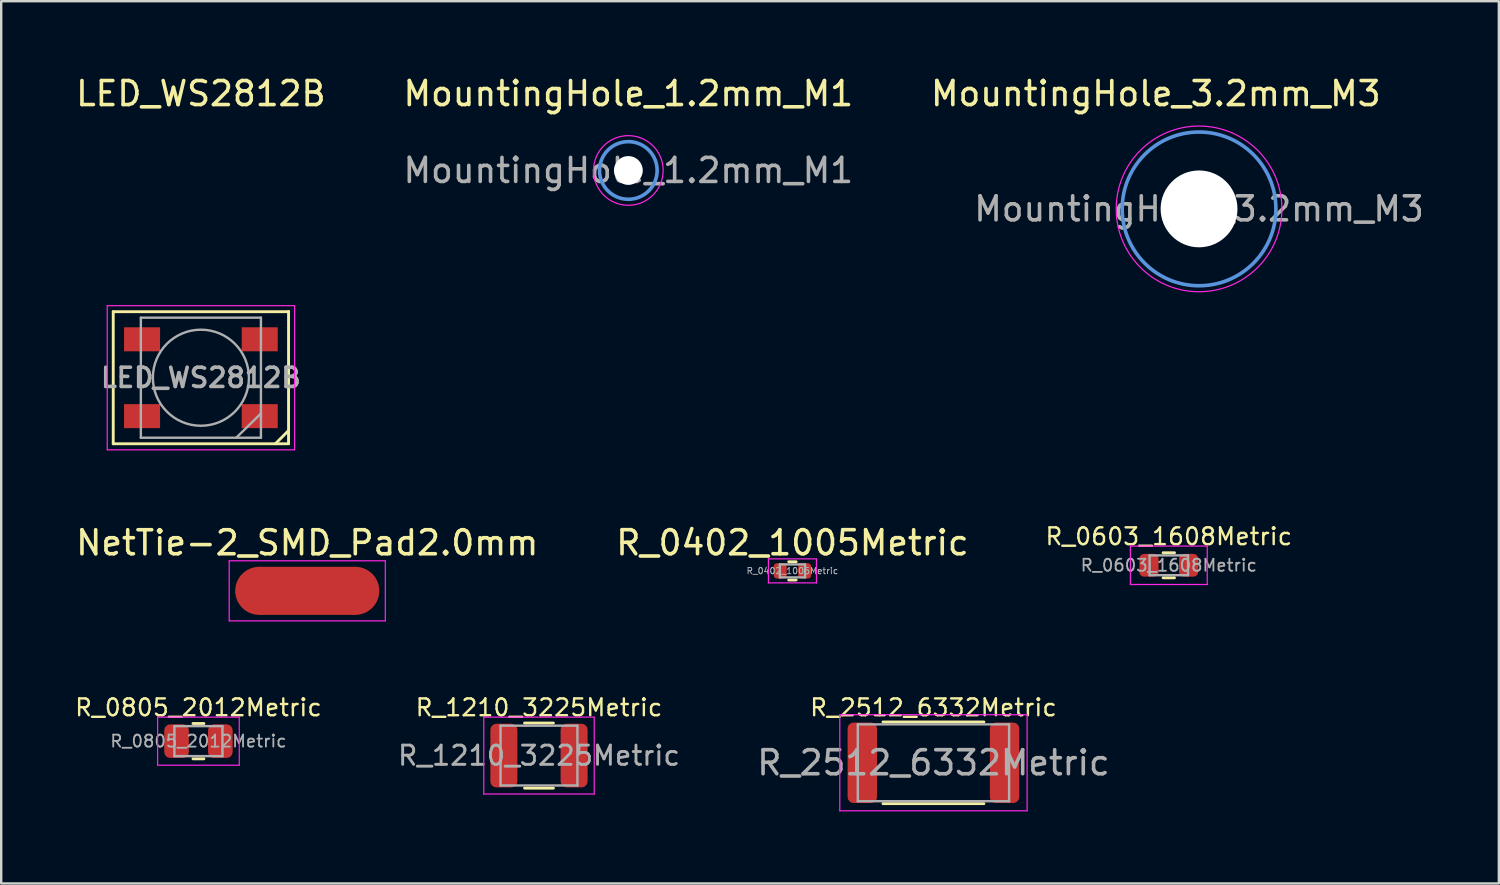
<source format=kicad_pcb>
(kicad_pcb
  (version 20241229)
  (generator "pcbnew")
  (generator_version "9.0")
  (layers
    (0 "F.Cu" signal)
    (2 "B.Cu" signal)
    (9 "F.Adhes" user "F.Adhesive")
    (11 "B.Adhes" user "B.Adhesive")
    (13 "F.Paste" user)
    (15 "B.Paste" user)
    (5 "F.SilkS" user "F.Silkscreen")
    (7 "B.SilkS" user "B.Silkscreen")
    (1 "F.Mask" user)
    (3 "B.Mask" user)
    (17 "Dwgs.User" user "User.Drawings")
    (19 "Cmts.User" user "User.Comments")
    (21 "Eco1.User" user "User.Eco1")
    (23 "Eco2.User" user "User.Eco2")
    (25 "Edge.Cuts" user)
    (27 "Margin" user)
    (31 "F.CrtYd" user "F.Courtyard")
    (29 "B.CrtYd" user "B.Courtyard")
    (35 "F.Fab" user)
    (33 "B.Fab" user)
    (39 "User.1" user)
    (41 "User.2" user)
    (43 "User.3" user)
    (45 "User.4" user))
  (footprint "MountingHole_1.2mm_M1"
    (layer "F.Cu")
    (at 23.113 4.048)
    (property "Reference" "MountingHole_1.2mm_M1" (at 0 -3.2 0) (layer "F.SilkS") (effects (font (size 1 1) (thickness 0.15))))
    (attr exclude_from_pos_files exclude_from_bom)
    (fp_circle (center 0 0) (end 1.2 0) (stroke (width 0.15) (type solid)) (fill no) (layer "Cmts.User"))
    (fp_circle (center 0 0) (end 1.45 0) (stroke (width 0.05) (type solid)) (fill no) (layer "F.CrtYd"))
    (fp_text user "${REFERENCE}" (at 0 0 0) (layer "F.Fab") (effects (font (size 1 1) (thickness 0.15))))
    (pad "" np_thru_hole circle (at 0 0) (size 1.2 1.2) (drill 1.2) (layers "*.Cu" "*.Mask")))
  (footprint "R_2512_6332Metric"
    (layer "F.Cu")
    (at 35.818 28.712)
    (property "Reference" "R_2512_6332Metric" (at 0 -2.3 0) (layer "F.SilkS") (effects (font (size 0.7 0.7) (thickness 0.1))))
    (attr smd)
    (fp_line (start -2.1 -1.7) (end 2.1 -1.7) (stroke (width 0.12) (type solid)) (layer "F.SilkS"))
    (fp_line (start -2.1 1.7) (end 2.1 1.7) (stroke (width 0.12) (type solid)) (layer "F.SilkS"))
    (fp_line (start -3.9 -2) (end 3.9 -2) (stroke (width 0.05) (type solid)) (layer "F.CrtYd"))
    (fp_line (start -3.9 2) (end -3.9 -2) (stroke (width 0.05) (type solid)) (layer "F.CrtYd"))
    (fp_line (start 3.9 -2) (end 3.9 2) (stroke (width 0.05) (type solid)) (layer "F.CrtYd"))
    (fp_line (start 3.9 2) (end -3.9 2) (stroke (width 0.05) (type solid)) (layer "F.CrtYd"))
    (fp_line (start -3.15 -1.6) (end 3.15 -1.6) (stroke (width 0.1) (type solid)) (layer "F.Fab"))
    (fp_line (start -3.15 1.6) (end -3.15 -1.6) (stroke (width 0.1) (type solid)) (layer "F.Fab"))
    (fp_line (start 3.15 -1.6) (end 3.15 1.6) (stroke (width 0.1) (type solid)) (layer "F.Fab"))
    (fp_line (start 3.15 1.6) (end -3.15 1.6) (stroke (width 0.1) (type solid)) (layer "F.Fab"))
    (fp_text user "${REFERENCE}" (at 0 0 0) (layer "F.Fab") (effects (font (size 1 1) (thickness 0.15))))
    (pad "1" smd roundrect (at -2.962 0) (size 1.225 3.35) (layers "F.Cu" "F.Mask" "F.Paste") (roundrect_rratio 0.204))
    (pad "2" smd roundrect (at 2.962 0) (size 1.225 3.35) (layers "F.Cu" "F.Mask" "F.Paste") (roundrect_rratio 0.204)))
  (footprint "R_0805_2012Metric"
    (layer "F.Cu")
    (at 5.213 27.811)
    (property "Reference" "R_0805_2012Metric" (at 0 -1.4 0) (layer "F.SilkS") (effects (font (size 0.7 0.7) (thickness 0.1))))
    (attr smd)
    (fp_line (start -0.227 -0.735) (end 0.227 -0.735) (stroke (width 0.12) (type solid)) (layer "F.SilkS"))
    (fp_line (start -0.227 0.735) (end 0.227 0.735) (stroke (width 0.12) (type solid)) (layer "F.SilkS"))
    (fp_line (start -1.7 -1) (end 1.7 -1) (stroke (width 0.05) (type solid)) (layer "F.CrtYd"))
    (fp_line (start -1.7 1) (end -1.7 -1) (stroke (width 0.05) (type solid)) (layer "F.CrtYd"))
    (fp_line (start 1.7 -1) (end 1.7 1) (stroke (width 0.05) (type solid)) (layer "F.CrtYd"))
    (fp_line (start 1.7 1) (end -1.7 1) (stroke (width 0.05) (type solid)) (layer "F.CrtYd"))
    (fp_line (start -1 -0.625) (end 1 -0.625) (stroke (width 0.1) (type solid)) (layer "F.Fab"))
    (fp_line (start -1 0.625) (end -1 -0.625) (stroke (width 0.1) (type solid)) (layer "F.Fab"))
    (fp_line (start 1 -0.625) (end 1 0.625) (stroke (width 0.1) (type solid)) (layer "F.Fab"))
    (fp_line (start 1 0.625) (end -1 0.625) (stroke (width 0.1) (type solid)) (layer "F.Fab"))
    (fp_text user "${REFERENCE}" (at 0 0 0) (layer "F.Fab") (effects (font (size 0.5 0.5) (thickness 0.075))))
    (pad "1" smd roundrect (at -0.912 0) (size 1.025 1.4) (layers "F.Cu" "F.Mask" "F.Paste") (roundrect_rratio 0.244))
    (pad "2" smd roundrect (at 0.912 0) (size 1.025 1.4) (layers "F.Cu" "F.Mask" "F.Paste") (roundrect_rratio 0.244)))
  (footprint "R_0603_1608Metric"
    (layer "F.Cu")
    (at 45.618 20.488)
    (property "Reference" "R_0603_1608Metric" (at 0 -1.2 0) (layer "F.SilkS") (effects (font (size 0.7 0.7) (thickness 0.1))))
    (attr smd)
    (fp_line (start -0.237 -0.522) (end 0.237 -0.522) (stroke (width 0.12) (type solid)) (layer "F.SilkS"))
    (fp_line (start -0.237 0.522) (end 0.237 0.522) (stroke (width 0.12) (type solid)) (layer "F.SilkS"))
    (fp_line (start -1.6 -0.8) (end 1.6 -0.8) (stroke (width 0.05) (type solid)) (layer "F.CrtYd"))
    (fp_line (start -1.6 0.8) (end -1.6 -0.8) (stroke (width 0.05) (type solid)) (layer "F.CrtYd"))
    (fp_line (start 1.6 -0.8) (end 1.6 0.8) (stroke (width 0.05) (type solid)) (layer "F.CrtYd"))
    (fp_line (start 1.6 0.8) (end -1.6 0.8) (stroke (width 0.05) (type solid)) (layer "F.CrtYd"))
    (fp_line (start -0.8 -0.412) (end 0.8 -0.412) (stroke (width 0.1) (type solid)) (layer "F.Fab"))
    (fp_line (start -0.8 0.412) (end -0.8 -0.412) (stroke (width 0.1) (type solid)) (layer "F.Fab"))
    (fp_line (start 0.8 -0.412) (end 0.8 0.412) (stroke (width 0.1) (type solid)) (layer "F.Fab"))
    (fp_line (start 0.8 0.412) (end -0.8 0.412) (stroke (width 0.1) (type solid)) (layer "F.Fab"))
    (fp_text user "${REFERENCE}" (at 0 0 0) (layer "F.Fab") (effects (font (size 0.5 0.5) (thickness 0.075))))
    (pad "1" smd roundrect (at -0.825 0) (size 0.8 0.95) (layers "F.Cu" "F.Mask" "F.Paste") (roundrect_rratio 0.25))
    (pad "2" smd roundrect (at 0.825 0) (size 0.8 0.95) (layers "F.Cu" "F.Mask" "F.Paste") (roundrect_rratio 0.25)))
  (footprint "MountingHole_3.2mm_M3"
    (layer "F.Cu")
    (at 46.877 5.648)
    (property "Reference" "MountingHole_3.2mm_M3" (at -1.8 -4.8 0) (layer "F.SilkS") (effects (font (size 1 1) (thickness 0.15))))
    (attr exclude_from_pos_files exclude_from_bom)
    (fp_circle (center 0 0) (end 3.2 0) (stroke (width 0.15) (type solid)) (fill no) (layer "Cmts.User"))
    (fp_circle (center 0 0) (end 3.45 0) (stroke (width 0.05) (type solid)) (fill no) (layer "F.CrtYd"))
    (fp_text user "${REFERENCE}" (at 0 0 0) (layer "F.Fab") (effects (font (size 1 1) (thickness 0.15))))
    (pad "" np_thru_hole circle (at 0 0) (size 3.2 3.2) (drill 3.2) (layers "*.Cu" "*.Mask"))
    (zone (net_name "") (layers "F.Cu" "B.Cu") (hatch edge 0.508) (connect_pads) (min_thickness 0.254) (filled_areas_thickness no) (keepout (tracks not_allowed) (vias allowed) (pads allowed) (copperpour not_allowed) (footprints allowed)) (placement (enabled no)) (fill) (polygon (pts (xy 47.977 1.648) (xy 48.877 1.948) (xy 49.677 2.548) (xy 50.277 3.248) (xy 50.677 3.948) (xy 50.977 4.748) (xy 51.077 5.648) (xy 50.877 6.748) (xy 50.577 7.448) (xy 50.277 8.048) (xy 49.877 8.548) (xy 49.377 8.948) (xy 48.977 9.248) (xy 48.377 9.548) (xy 47.677 9.748) (xy 46.877 9.848) (xy 46.077 9.748) (xy 45.377 9.548) (xy 44.777 9.248) (xy 44.077 8.748) (xy 43.477 8.048) (xy 42.877 6.948) (xy 42.677 5.648) (xy 42.877 4.748) (xy 43.177 3.648) (xy 43.977 2.548) (xy 44.977 2.048) (xy 45.877 1.648) (xy 46.877 1.448)))))
  (footprint "NetTie-2_SMD_Pad2.0mm"
    (layer "F.Cu")
    (at 9.744 21.552)
    (property "Reference" "NetTie-2_SMD_Pad2.0mm" (at 0 -2 0) (layer "F.SilkS") (effects (font (size 1 1) (thickness 0.15))))
    (attr exclude_from_pos_files exclude_from_bom)
    (fp_poly (pts (xy -2 -1) (xy 2 -1) (xy 2 1) (xy -2 1)) (stroke (width 0) (type solid)) (fill yes) (layer "F.Cu"))
    (fp_line (start -3.25 -1.25) (end 3.25 -1.25) (stroke (width 0.05) (type solid)) (layer "F.CrtYd"))
    (fp_line (start -3.25 1.25) (end -3.25 -1.25) (stroke (width 0.05) (type solid)) (layer "F.CrtYd"))
    (fp_line (start 3.25 -1.25) (end 3.25 1.25) (stroke (width 0.05) (type solid)) (layer "F.CrtYd"))
    (fp_line (start 3.25 1.25) (end -3.25 1.25) (stroke (width 0.05) (type solid)) (layer "F.CrtYd"))
    (pad "1" smd circle (at -2 0) (size 2 2) (layers "F.Cu"))
    (pad "2" smd circle (at 2 0) (size 2 2) (layers "F.Cu")))
  (footprint "R_1210_3225Metric"
    (layer "F.Cu")
    (at 19.393 28.412)
    (property "Reference" "R_1210_3225Metric" (at 0 -2 0) (layer "F.SilkS") (effects (font (size 0.7 0.7) (thickness 0.1))))
    (attr smd)
    (fp_line (start -0.6 -1.355) (end 0.6 -1.355) (stroke (width 0.12) (type solid)) (layer "F.SilkS"))
    (fp_line (start -0.6 1.355) (end 0.6 1.355) (stroke (width 0.12) (type solid)) (layer "F.SilkS"))
    (fp_line (start -2.3 -1.6) (end 2.3 -1.6) (stroke (width 0.05) (type solid)) (layer "F.CrtYd"))
    (fp_line (start -2.3 1.6) (end -2.3 -1.6) (stroke (width 0.05) (type solid)) (layer "F.CrtYd"))
    (fp_line (start 2.3 -1.6) (end 2.3 1.6) (stroke (width 0.05) (type solid)) (layer "F.CrtYd"))
    (fp_line (start 2.3 1.6) (end -2.3 1.6) (stroke (width 0.05) (type solid)) (layer "F.CrtYd"))
    (fp_line (start -1.6 -1.245) (end 1.6 -1.245) (stroke (width 0.1) (type solid)) (layer "F.Fab"))
    (fp_line (start -1.6 1.245) (end -1.6 -1.245) (stroke (width 0.1) (type solid)) (layer "F.Fab"))
    (fp_line (start 1.6 -1.245) (end 1.6 1.245) (stroke (width 0.1) (type solid)) (layer "F.Fab"))
    (fp_line (start 1.6 1.245) (end -1.6 1.245) (stroke (width 0.1) (type solid)) (layer "F.Fab"))
    (fp_text user "${REFERENCE}" (at 0 0 0) (layer "F.Fab") (effects (font (size 0.8 0.8) (thickness 0.12))))
    (pad "1" smd roundrect (at -1.462 0) (size 1.125 2.65) (layers "F.Cu" "F.Mask" "F.Paste") (roundrect_rratio 0.222))
    (pad "2" smd roundrect (at 1.462 0) (size 1.125 2.65) (layers "F.Cu" "F.Mask" "F.Paste") (roundrect_rratio 0.222)))
  (footprint "LED_WS2812B"
    (layer "F.Cu")
    (at 5.315 12.678)
    (property "Reference" "LED_WS2812B" (at 0 -11.83 0) (unlocked yes) (layer "F.SilkS") (effects (font (size 1 1) (thickness 0.15))))
    (attr smd)
    (fp_line (start -3.65 -2.75) (end -3.65 2.75) (stroke (width 0.12) (type solid)) (layer "F.SilkS"))
    (fp_line (start 3.1 2.75) (end 3.65 2.2) (stroke (width 0.12) (type solid)) (layer "F.SilkS"))
    (fp_line (start 3.65 -2.76) (end 3.65 2.74) (stroke (width 0.12) (type solid)) (layer "F.SilkS"))
    (fp_line (start 3.65 -2.75) (end -3.65 -2.75) (stroke (width 0.12) (type solid)) (layer "F.SilkS"))
    (fp_line (start 3.65 2.75) (end -3.65 2.75) (stroke (width 0.12) (type solid)) (layer "F.SilkS"))
    (fp_line (start -3.9 -3) (end -3.9 3) (stroke (width 0.05) (type solid)) (layer "F.CrtYd"))
    (fp_line (start -3.9 3) (end 3.9 3) (stroke (width 0.05) (type solid)) (layer "F.CrtYd"))
    (fp_line (start 3.9 -3) (end -3.9 -3) (stroke (width 0.05) (type solid)) (layer "F.CrtYd"))
    (fp_line (start 3.9 3) (end 3.9 -3) (stroke (width 0.05) (type solid)) (layer "F.CrtYd"))
    (fp_line (start -2.5 -2.5) (end -2.5 2.5) (stroke (width 0.1) (type solid)) (layer "F.Fab"))
    (fp_line (start -2.5 2.5) (end 2.5 2.5) (stroke (width 0.1) (type solid)) (layer "F.Fab"))
    (fp_line (start 1.48 2.49) (end 2.5 1.49) (stroke (width 0.1) (type solid)) (layer "F.Fab"))
    (fp_line (start 2.5 -2.5) (end -2.5 -2.5) (stroke (width 0.1) (type solid)) (layer "F.Fab"))
    (fp_line (start 2.5 2.5) (end 2.5 -2.5) (stroke (width 0.1) (type solid)) (layer "F.Fab"))
    (fp_circle (center 0 0) (end 0 2) (stroke (width 0.1) (type solid)) (fill no) (layer "F.Fab"))
    (fp_text user "${REFERENCE}" (at 0 0 180) (layer "F.Fab") (effects (font (size 0.8 0.8) (thickness 0.15))))
    (pad "1" smd rect (at -2.45 -1.6) (size 1.5 1) (layers "F.Cu" "F.Mask" "F.Paste"))
    (pad "2" smd rect (at -2.45 1.6) (size 1.5 1) (layers "F.Cu" "F.Mask" "F.Paste"))
    (pad "3" smd rect (at 2.45 1.6) (size 1.5 1) (layers "F.Cu" "F.Mask" "F.Paste"))
    (pad "4" smd rect (at 2.45 -1.6) (size 1.5 1) (layers "F.Cu" "F.Mask" "F.Paste")))
  (footprint "R_0402_1005Metric"
    (layer "F.Cu")
    (at 29.946 20.721)
    (property "Reference" "R_0402_1005Metric" (at 0 -1.17 0) (layer "F.SilkS") (effects (font (size 1 1) (thickness 0.15))))
    (attr smd)
    (fp_line (start -0.154 -0.38) (end 0.154 -0.38) (stroke (width 0.12) (type solid)) (layer "F.SilkS"))
    (fp_line (start -0.154 0.38) (end 0.154 0.38) (stroke (width 0.12) (type solid)) (layer "F.SilkS"))
    (fp_line (start -1 -0.5) (end 1 -0.5) (stroke (width 0.05) (type solid)) (layer "F.CrtYd"))
    (fp_line (start -1 0.5) (end -1 -0.5) (stroke (width 0.05) (type solid)) (layer "F.CrtYd"))
    (fp_line (start 1 -0.5) (end 1 0.5) (stroke (width 0.05) (type solid)) (layer "F.CrtYd"))
    (fp_line (start 1 0.5) (end -1 0.5) (stroke (width 0.05) (type solid)) (layer "F.CrtYd"))
    (fp_line (start -0.525 -0.27) (end 0.525 -0.27) (stroke (width 0.1) (type solid)) (layer "F.Fab"))
    (fp_line (start -0.525 0.27) (end -0.525 -0.27) (stroke (width 0.1) (type solid)) (layer "F.Fab"))
    (fp_line (start 0.525 -0.27) (end 0.525 0.27) (stroke (width 0.1) (type solid)) (layer "F.Fab"))
    (fp_line (start 0.525 0.27) (end -0.525 0.27) (stroke (width 0.1) (type solid)) (layer "F.Fab"))
    (fp_text user "${REFERENCE}" (at 0 0 0) (layer "F.Fab") (effects (font (size 0.26 0.26) (thickness 0.04))))
    (pad "1" smd roundrect (at -0.51 0) (size 0.54 0.64) (layers "F.Cu" "F.Mask" "F.Paste") (roundrect_rratio 0.25))
    (pad "2" smd roundrect (at 0.51 0) (size 0.54 0.64) (layers "F.Cu" "F.Mask" "F.Paste") (roundrect_rratio 0.25)))
  (gr_rect
    (start -3 -3)
    (end 59.36 33.736)
    (stroke (width 0.1) (type default))
    (fill no)
    (layer "Edge.Cuts")))
</source>
